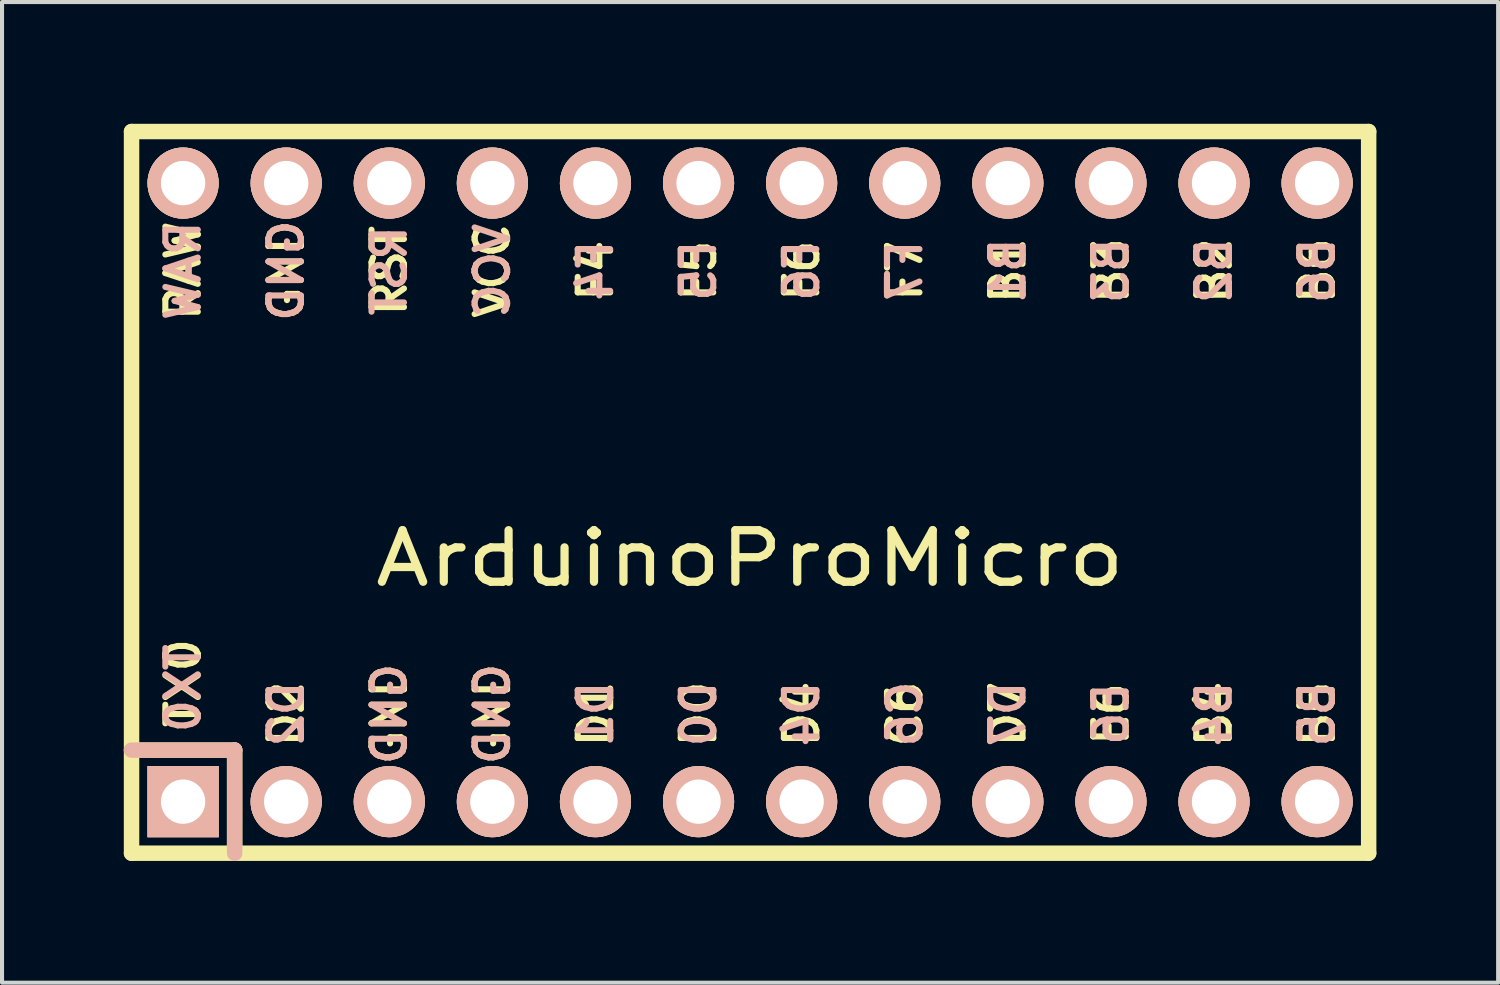
<source format=kicad_pcb>
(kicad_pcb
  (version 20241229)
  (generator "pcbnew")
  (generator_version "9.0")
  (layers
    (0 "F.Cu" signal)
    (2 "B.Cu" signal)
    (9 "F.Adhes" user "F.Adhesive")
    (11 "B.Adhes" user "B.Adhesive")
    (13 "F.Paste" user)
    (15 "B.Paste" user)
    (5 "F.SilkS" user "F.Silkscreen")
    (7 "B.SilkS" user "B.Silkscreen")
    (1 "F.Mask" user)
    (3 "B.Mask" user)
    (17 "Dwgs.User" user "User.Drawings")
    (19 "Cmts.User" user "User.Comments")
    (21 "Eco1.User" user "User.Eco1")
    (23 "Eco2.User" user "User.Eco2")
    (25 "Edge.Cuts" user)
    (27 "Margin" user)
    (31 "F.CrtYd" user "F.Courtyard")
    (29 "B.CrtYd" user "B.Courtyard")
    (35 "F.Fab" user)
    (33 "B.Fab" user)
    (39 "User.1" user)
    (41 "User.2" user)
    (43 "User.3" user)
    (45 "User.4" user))
  (footprint "ArduinoProMicro"
    (layer "F.Cu")
    (at 15.431 9.081)
    (property "Reference" "ArduinoProMicro" (at 0 1.625 0) (layer "F.SilkS") (effects (font (size 1.27 1.524) (thickness 0.203))))
    (attr through_hole)
    (fp_line (start -15.24 -8.89) (end -15.24 8.89) (stroke (width 0.381) (type solid)) (layer "F.SilkS"))
    (fp_line (start -15.24 6.35) (end -12.7 6.35) (stroke (width 0.381) (type solid)) (layer "F.SilkS"))
    (fp_line (start -15.24 8.89) (end 15.24 8.89) (stroke (width 0.381) (type solid)) (layer "F.SilkS"))
    (fp_line (start -12.7 6.35) (end -12.7 8.89) (stroke (width 0.381) (type solid)) (layer "F.SilkS"))
    (fp_line (start 15.24 -8.89) (end -15.24 -8.89) (stroke (width 0.381) (type solid)) (layer "F.SilkS"))
    (fp_line (start 15.24 8.89) (end 15.24 -8.89) (stroke (width 0.381) (type solid)) (layer "F.SilkS"))
    (fp_line (start -15.24 6.35) (end -12.7 6.35) (stroke (width 0.381) (type solid)) (layer "B.SilkS"))
    (fp_line (start -12.7 6.35) (end -12.7 8.89) (stroke (width 0.381) (type solid)) (layer "B.SilkS"))
    (fp_text user "GND" (at -6.35 5.461 90) (layer "F.SilkS") (effects (font (size 0.8 0.8) (thickness 0.15))))
    (fp_text user "RST" (at -8.89 -5.461 90) (layer "F.SilkS") (effects (font (size 0.8 0.8) (thickness 0.15))))
    (fp_text user "B6" (at 13.97 -5.461 90) (layer "F.SilkS") (effects (font (size 0.8 0.8) (thickness 0.15))))
    (fp_text user "B4" (at 11.43 5.461 90) (layer "F.SilkS") (effects (font (size 0.8 0.8) (thickness 0.15))))
    (fp_text user "E6" (at 8.89 5.461 90) (layer "F.SilkS") (effects (font (size 0.8 0.8) (thickness 0.15))))
    (fp_text user "F7" (at 3.81 -5.461 90) (layer "F.SilkS") (effects (font (size 0.8 0.8) (thickness 0.15))))
    (fp_text user "B5" (at 13.97 5.461 90) (layer "F.SilkS") (effects (font (size 0.8 0.8) (thickness 0.15))))
    (fp_text user "D1" (at -3.81 5.461 90) (layer "F.SilkS") (effects (font (size 0.8 0.8) (thickness 0.15))))
    (fp_text user "B3" (at 8.89 -5.461 90) (layer "F.SilkS") (effects (font (size 0.8 0.8) (thickness 0.15))))
    (fp_text user "TX0" (at -13.97 4.699 90) (layer "F.SilkS") (effects (font (size 0.8 0.8) (thickness 0.15))))
    (fp_text user "D2" (at -11.43 5.461 90) (layer "F.SilkS") (effects (font (size 0.8 0.8) (thickness 0.15))))
    (fp_text user "C6" (at 3.81 5.461 90) (layer "F.SilkS") (effects (font (size 0.8 0.8) (thickness 0.15))))
    (fp_text user "F4" (at -3.81 -5.461 90) (layer "F.SilkS") (effects (font (size 0.8 0.8) (thickness 0.15))))
    (fp_text user "B1" (at 6.35 -5.461 90) (layer "F.SilkS") (effects (font (size 0.8 0.8) (thickness 0.15))))
    (fp_text user "B2" (at 11.43 -5.461 90) (layer "F.SilkS") (effects (font (size 0.8 0.8) (thickness 0.15))))
    (fp_text user "F5" (at -1.27 -5.461 90) (layer "F.SilkS") (effects (font (size 0.8 0.8) (thickness 0.15))))
    (fp_text user "D0" (at -1.27 5.461 90) (layer "F.SilkS") (effects (font (size 0.8 0.8) (thickness 0.15))))
    (fp_text user "GND" (at -8.89 5.461 90) (layer "F.SilkS") (effects (font (size 0.8 0.8) (thickness 0.15))))
    (fp_text user "GND" (at -11.43 -5.461 90) (layer "F.SilkS") (effects (font (size 0.8 0.8) (thickness 0.15))))
    (fp_text user "RAW" (at -13.97 -5.461 90) (layer "F.SilkS") (effects (font (size 0.8 0.8) (thickness 0.15))))
    (fp_text user "D4" (at 1.27 5.461 90) (layer "F.SilkS") (effects (font (size 0.8 0.8) (thickness 0.15))))
    (fp_text user "D7" (at 6.35 5.461 90) (layer "F.SilkS") (effects (font (size 0.8 0.8) (thickness 0.15))))
    (fp_text user "F6" (at 1.27 -5.461 90) (layer "F.SilkS") (effects (font (size 0.8 0.8) (thickness 0.15))))
    (fp_text user "VCC" (at -6.35 -5.461 90) (layer "F.SilkS") (effects (font (size 0.8 0.8) (thickness 0.15))))
    (fp_text user "D4" (at 1.27 5.461 90) (layer "B.SilkS") (effects (font (size 0.8 0.8) (thickness 0.15)) (justify mirror)))
    (fp_text user "F7" (at 3.81 -5.461 90) (layer "B.SilkS") (effects (font (size 0.8 0.8) (thickness 0.15)) (justify mirror)))
    (fp_text user "F5" (at -1.27 -5.461 90) (layer "B.SilkS") (effects (font (size 0.8 0.8) (thickness 0.15)) (justify mirror)))
    (fp_text user "D2" (at -11.43 5.461 90) (layer "B.SilkS") (effects (font (size 0.8 0.8) (thickness 0.15)) (justify mirror)))
    (fp_text user "B4" (at 11.43 5.461 90) (layer "B.SilkS") (effects (font (size 0.8 0.8) (thickness 0.15)) (justify mirror)))
    (fp_text user "D1" (at -3.81 5.461 90) (layer "B.SilkS") (effects (font (size 0.8 0.8) (thickness 0.15)) (justify mirror)))
    (fp_text user "B5" (at 13.97 5.461 90) (layer "B.SilkS") (effects (font (size 0.8 0.8) (thickness 0.15)) (justify mirror)))
    (fp_text user "D0" (at -1.27 5.461 90) (layer "B.SilkS") (effects (font (size 0.8 0.8) (thickness 0.15)) (justify mirror)))
    (fp_text user "RST" (at -8.89 -5.461 90) (layer "B.SilkS") (effects (font (size 0.8 0.8) (thickness 0.15)) (justify mirror)))
    (fp_text user "TX0" (at -13.97 4.826 90) (layer "B.SilkS") (effects (font (size 0.8 0.8) (thickness 0.15)) (justify mirror)))
    (fp_text user "VCC" (at -6.35 -5.461 90) (layer "B.SilkS") (effects (font (size 0.8 0.8) (thickness 0.15)) (justify mirror)))
    (fp_text user "GND" (at -8.89 5.461 90) (layer "B.SilkS") (effects (font (size 0.8 0.8) (thickness 0.15)) (justify mirror)))
    (fp_text user "F6" (at 1.27 -5.461 90) (layer "B.SilkS") (effects (font (size 0.8 0.8) (thickness 0.15)) (justify mirror)))
    (fp_text user "RAW" (at -13.97 -5.461 90) (layer "B.SilkS") (effects (font (size 0.8 0.8) (thickness 0.15)) (justify mirror)))
    (fp_text user "GND" (at -6.35 5.461 90) (layer "B.SilkS") (effects (font (size 0.8 0.8) (thickness 0.15)) (justify mirror)))
    (fp_text user "F4" (at -3.81 -5.461 90) (layer "B.SilkS") (effects (font (size 0.8 0.8) (thickness 0.15)) (justify mirror)))
    (fp_text user "B6" (at 13.97 -5.461 90) (layer "B.SilkS") (effects (font (size 0.8 0.8) (thickness 0.15)) (justify mirror)))
    (fp_text user "D7" (at 6.35 5.461 90) (layer "B.SilkS") (effects (font (size 0.8 0.8) (thickness 0.15)) (justify mirror)))
    (fp_text user "B1" (at 6.35 -5.461 90) (layer "B.SilkS") (effects (font (size 0.8 0.8) (thickness 0.15)) (justify mirror)))
    (fp_text user "B2" (at 11.43 -5.461 90) (layer "B.SilkS") (effects (font (size 0.8 0.8) (thickness 0.15)) (justify mirror)))
    (fp_text user "E6" (at 8.89 5.461 90) (layer "B.SilkS") (effects (font (size 0.8 0.8) (thickness 0.15)) (justify mirror)))
    (fp_text user "C6" (at 3.81 5.461 90) (layer "B.SilkS") (effects (font (size 0.8 0.8) (thickness 0.15)) (justify mirror)))
    (fp_text user "GND" (at -11.43 -5.461 90) (layer "B.SilkS") (effects (font (size 0.8 0.8) (thickness 0.15)) (justify mirror)))
    (fp_text user "B3" (at 8.89 -5.461 90) (layer "B.SilkS") (effects (font (size 0.8 0.8) (thickness 0.15)) (justify mirror)))
    (pad "1" thru_hole rect (at -13.97 7.62) (size 1.753 1.753) (drill 1.092) (layers "*.Cu" "*.SilkS" "*.Mask"))
    (pad "2" thru_hole circle (at -11.43 7.62) (size 1.753 1.753) (drill 1.092) (layers "*.Cu" "*.SilkS" "*.Mask"))
    (pad "3" thru_hole circle (at -8.89 7.62) (size 1.753 1.753) (drill 1.092) (layers "*.Cu" "*.SilkS" "*.Mask"))
    (pad "4" thru_hole circle (at -6.35 7.62) (size 1.753 1.753) (drill 1.092) (layers "*.Cu" "*.SilkS" "*.Mask"))
    (pad "5" thru_hole circle (at -3.81 7.62) (size 1.753 1.753) (drill 1.092) (layers "*.Cu" "*.SilkS" "*.Mask"))
    (pad "6" thru_hole circle (at -1.27 7.62) (size 1.753 1.753) (drill 1.092) (layers "*.Cu" "*.SilkS" "*.Mask"))
    (pad "7" thru_hole circle (at 1.27 7.62) (size 1.753 1.753) (drill 1.092) (layers "*.Cu" "*.SilkS" "*.Mask"))
    (pad "8" thru_hole circle (at 3.81 7.62) (size 1.753 1.753) (drill 1.092) (layers "*.Cu" "*.SilkS" "*.Mask"))
    (pad "9" thru_hole circle (at 6.35 7.62) (size 1.753 1.753) (drill 1.092) (layers "*.Cu" "*.SilkS" "*.Mask"))
    (pad "10" thru_hole circle (at 8.89 7.62) (size 1.753 1.753) (drill 1.092) (layers "*.Cu" "*.SilkS" "*.Mask"))
    (pad "11" thru_hole circle (at 11.43 7.62) (size 1.753 1.753) (drill 1.092) (layers "*.Cu" "*.SilkS" "*.Mask"))
    (pad "12" thru_hole circle (at 13.97 7.62) (size 1.753 1.753) (drill 1.092) (layers "*.Cu" "*.SilkS" "*.Mask"))
    (pad "13" thru_hole circle (at 13.97 -7.62) (size 1.753 1.753) (drill 1.092) (layers "*.Cu" "*.SilkS" "*.Mask"))
    (pad "14" thru_hole circle (at 11.43 -7.62) (size 1.753 1.753) (drill 1.092) (layers "*.Cu" "*.SilkS" "*.Mask"))
    (pad "15" thru_hole circle (at 8.89 -7.62) (size 1.753 1.753) (drill 1.092) (layers "*.Cu" "*.SilkS" "*.Mask"))
    (pad "16" thru_hole circle (at 6.35 -7.62) (size 1.753 1.753) (drill 1.092) (layers "*.Cu" "*.SilkS" "*.Mask"))
    (pad "17" thru_hole circle (at 3.81 -7.62) (size 1.753 1.753) (drill 1.092) (layers "*.Cu" "*.SilkS" "*.Mask"))
    (pad "18" thru_hole circle (at 1.27 -7.62) (size 1.753 1.753) (drill 1.092) (layers "*.Cu" "*.SilkS" "*.Mask"))
    (pad "19" thru_hole circle (at -1.27 -7.62) (size 1.753 1.753) (drill 1.092) (layers "*.Cu" "*.SilkS" "*.Mask"))
    (pad "20" thru_hole circle (at -3.81 -7.62) (size 1.753 1.753) (drill 1.092) (layers "*.Cu" "*.SilkS" "*.Mask"))
    (pad "21" thru_hole circle (at -6.35 -7.62) (size 1.753 1.753) (drill 1.092) (layers "*.Cu" "*.SilkS" "*.Mask"))
    (pad "22" thru_hole circle (at -8.89 -7.62) (size 1.753 1.753) (drill 1.092) (layers "*.Cu" "*.SilkS" "*.Mask"))
    (pad "23" thru_hole circle (at -11.43 -7.62) (size 1.753 1.753) (drill 1.092) (layers "*.Cu" "*.SilkS" "*.Mask"))
    (pad "24" thru_hole circle (at -13.97 -7.62) (size 1.753 1.753) (drill 1.092) (layers "*.Cu" "*.SilkS" "*.Mask")))
  (gr_rect
    (start -3 -3)
    (end 33.861 21.161)
    (stroke (width 0.1) (type default))
    (fill no)
    (layer "Edge.Cuts")))
</source>
